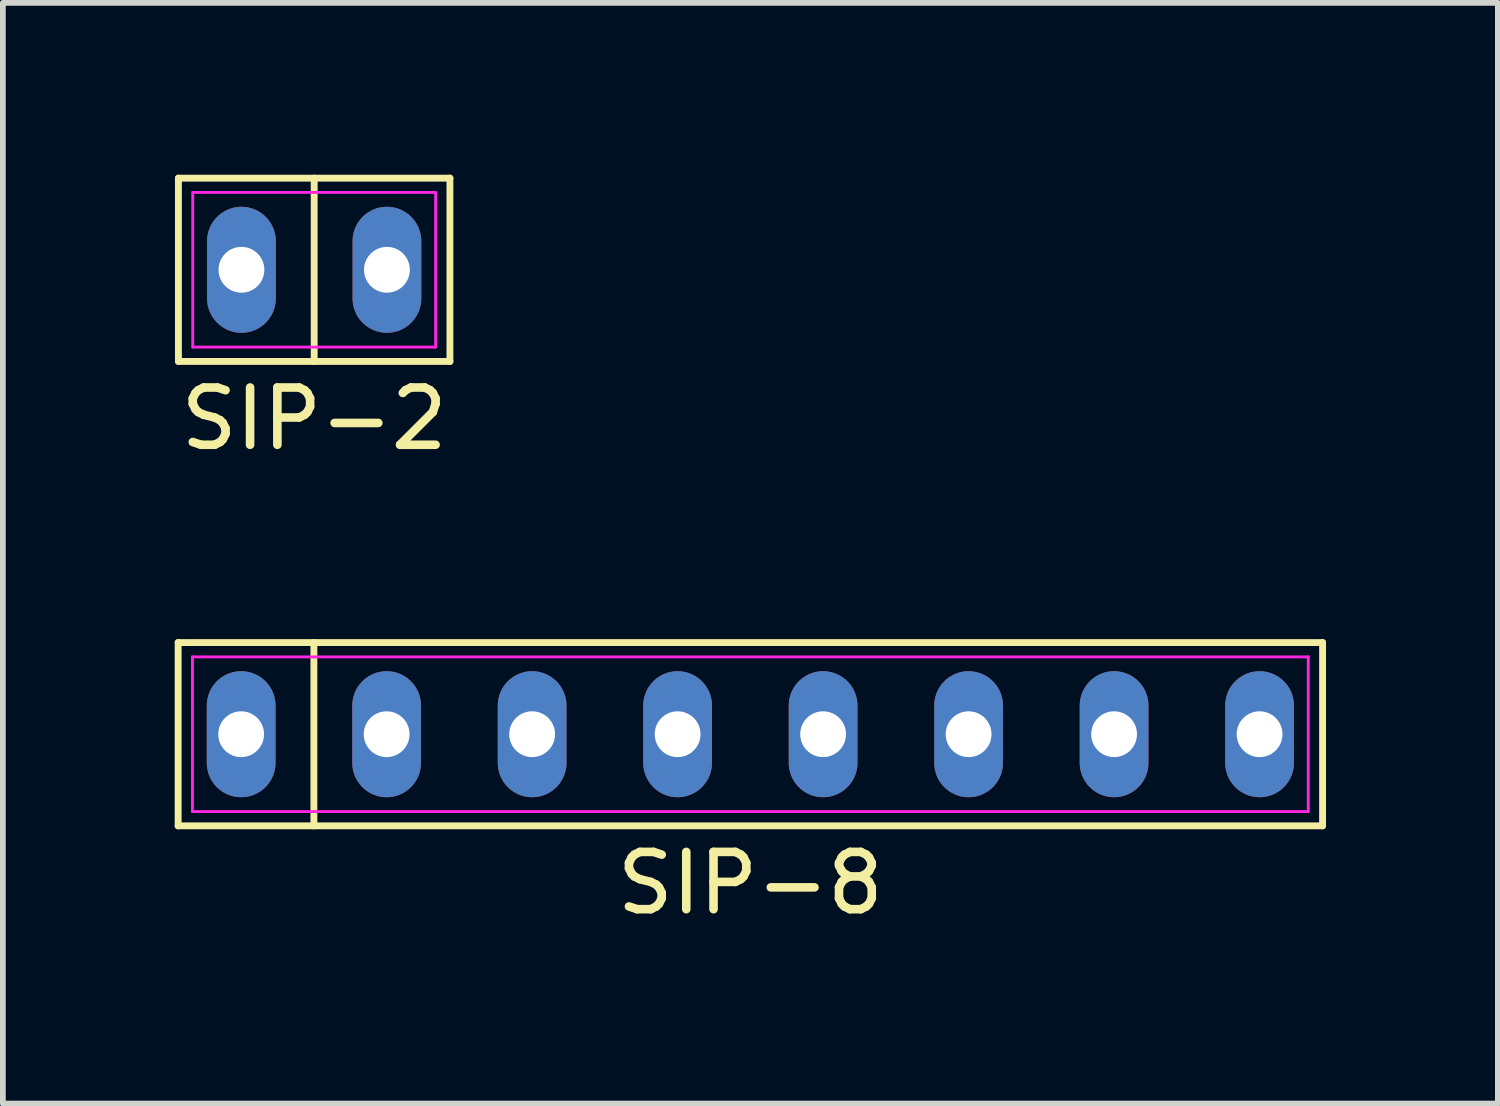
<source format=kicad_pcb>
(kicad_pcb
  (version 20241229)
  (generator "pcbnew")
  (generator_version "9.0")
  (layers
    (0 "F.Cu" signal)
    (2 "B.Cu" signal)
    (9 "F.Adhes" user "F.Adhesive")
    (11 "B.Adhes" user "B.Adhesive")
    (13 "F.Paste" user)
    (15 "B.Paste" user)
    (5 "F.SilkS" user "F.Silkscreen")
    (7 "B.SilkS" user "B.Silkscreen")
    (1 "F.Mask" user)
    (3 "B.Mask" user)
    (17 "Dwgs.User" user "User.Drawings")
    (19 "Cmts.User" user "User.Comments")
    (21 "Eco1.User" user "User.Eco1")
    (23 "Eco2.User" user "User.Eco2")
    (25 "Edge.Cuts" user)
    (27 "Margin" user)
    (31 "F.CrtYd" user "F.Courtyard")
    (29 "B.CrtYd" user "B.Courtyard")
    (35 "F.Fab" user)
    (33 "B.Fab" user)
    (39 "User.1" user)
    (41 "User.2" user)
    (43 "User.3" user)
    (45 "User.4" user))
  (footprint "SIP-8"
    (layer "F.Cu")
    (at 10.05 9.768)
    (property "Reference" "SIP-8" (at 0 2.6 0) (layer "F.SilkS") (effects (font (size 1 1) (thickness 0.15))))
    (attr through_hole)
    (fp_line (start -9.99 -1.6) (end 9.99 -1.6) (stroke (width 0.12) (type solid)) (layer "F.SilkS"))
    (fp_line (start -9.99 1.6) (end -9.99 -1.6) (stroke (width 0.12) (type solid)) (layer "F.SilkS"))
    (fp_line (start -7.62 -1.6) (end -7.62 1.6) (stroke (width 0.12) (type solid)) (layer "F.SilkS"))
    (fp_line (start 9.99 -1.6) (end 9.99 1.6) (stroke (width 0.12) (type solid)) (layer "F.SilkS"))
    (fp_line (start 9.99 1.6) (end -9.99 1.6) (stroke (width 0.12) (type solid)) (layer "F.SilkS"))
    (fp_line (start -9.74 -1.35) (end 9.74 -1.35) (stroke (width 0.05) (type solid)) (layer "F.CrtYd"))
    (fp_line (start -9.74 1.35) (end -9.74 -1.35) (stroke (width 0.05) (type solid)) (layer "F.CrtYd"))
    (fp_line (start 9.74 -1.35) (end 9.74 1.35) (stroke (width 0.05) (type solid)) (layer "F.CrtYd"))
    (fp_line (start 9.74 1.35) (end -9.74 1.35) (stroke (width 0.05) (type solid)) (layer "F.CrtYd"))
    (pad "1" thru_hole oval (at -8.89 0) (size 1.2 2.2) (drill 0.8) (layers "*.Cu" "*.Mask"))
    (pad "2" thru_hole oval (at -6.35 0) (size 1.2 2.2) (drill 0.8) (layers "*.Cu" "*.Mask"))
    (pad "3" thru_hole oval (at -3.81 0) (size 1.2 2.2) (drill 0.8) (layers "*.Cu" "*.Mask"))
    (pad "4" thru_hole oval (at -1.27 0) (size 1.2 2.2) (drill 0.8) (layers "*.Cu" "*.Mask"))
    (pad "5" thru_hole oval (at 1.27 0) (size 1.2 2.2) (drill 0.8) (layers "*.Cu" "*.Mask"))
    (pad "6" thru_hole oval (at 3.81 0) (size 1.2 2.2) (drill 0.8) (layers "*.Cu" "*.Mask"))
    (pad "7" thru_hole oval (at 6.35 0) (size 1.2 2.2) (drill 0.8) (layers "*.Cu" "*.Mask"))
    (pad "8" thru_hole oval (at 8.89 0) (size 1.2 2.2) (drill 0.8) (layers "*.Cu" "*.Mask")))
  (footprint "SIP-2"
    (layer "F.Cu")
    (at 2.435 1.66)
    (property "Reference" "SIP-2" (at 0 2.6 0) (layer "F.SilkS") (effects (font (size 1 1) (thickness 0.15))))
    (attr through_hole)
    (fp_line (start -2.37 -1.6) (end 2.37 -1.6) (stroke (width 0.12) (type solid)) (layer "F.SilkS"))
    (fp_line (start -2.37 1.6) (end -2.37 -1.6) (stroke (width 0.12) (type solid)) (layer "F.SilkS"))
    (fp_line (start 0 -1.6) (end 0 1.6) (stroke (width 0.12) (type solid)) (layer "F.SilkS"))
    (fp_line (start 2.37 -1.6) (end 2.37 1.6) (stroke (width 0.12) (type solid)) (layer "F.SilkS"))
    (fp_line (start 2.37 1.6) (end -2.37 1.6) (stroke (width 0.12) (type solid)) (layer "F.SilkS"))
    (fp_line (start -2.12 -1.35) (end 2.12 -1.35) (stroke (width 0.05) (type solid)) (layer "F.CrtYd"))
    (fp_line (start -2.12 1.35) (end -2.12 -1.35) (stroke (width 0.05) (type solid)) (layer "F.CrtYd"))
    (fp_line (start 2.12 -1.35) (end 2.12 1.35) (stroke (width 0.05) (type solid)) (layer "F.CrtYd"))
    (fp_line (start 2.12 1.35) (end -2.12 1.35) (stroke (width 0.05) (type solid)) (layer "F.CrtYd"))
    (pad "1" thru_hole oval (at -1.27 0) (size 1.2 2.2) (drill 0.8) (layers "*.Cu" "*.Mask"))
    (pad "2" thru_hole oval (at 1.27 0) (size 1.2 2.2) (drill 0.8) (layers "*.Cu" "*.Mask")))
  (gr_rect
    (start -3 -3)
    (end 23.1 16.216)
    (stroke (width 0.1) (type default))
    (fill no)
    (layer "Edge.Cuts")))
</source>
